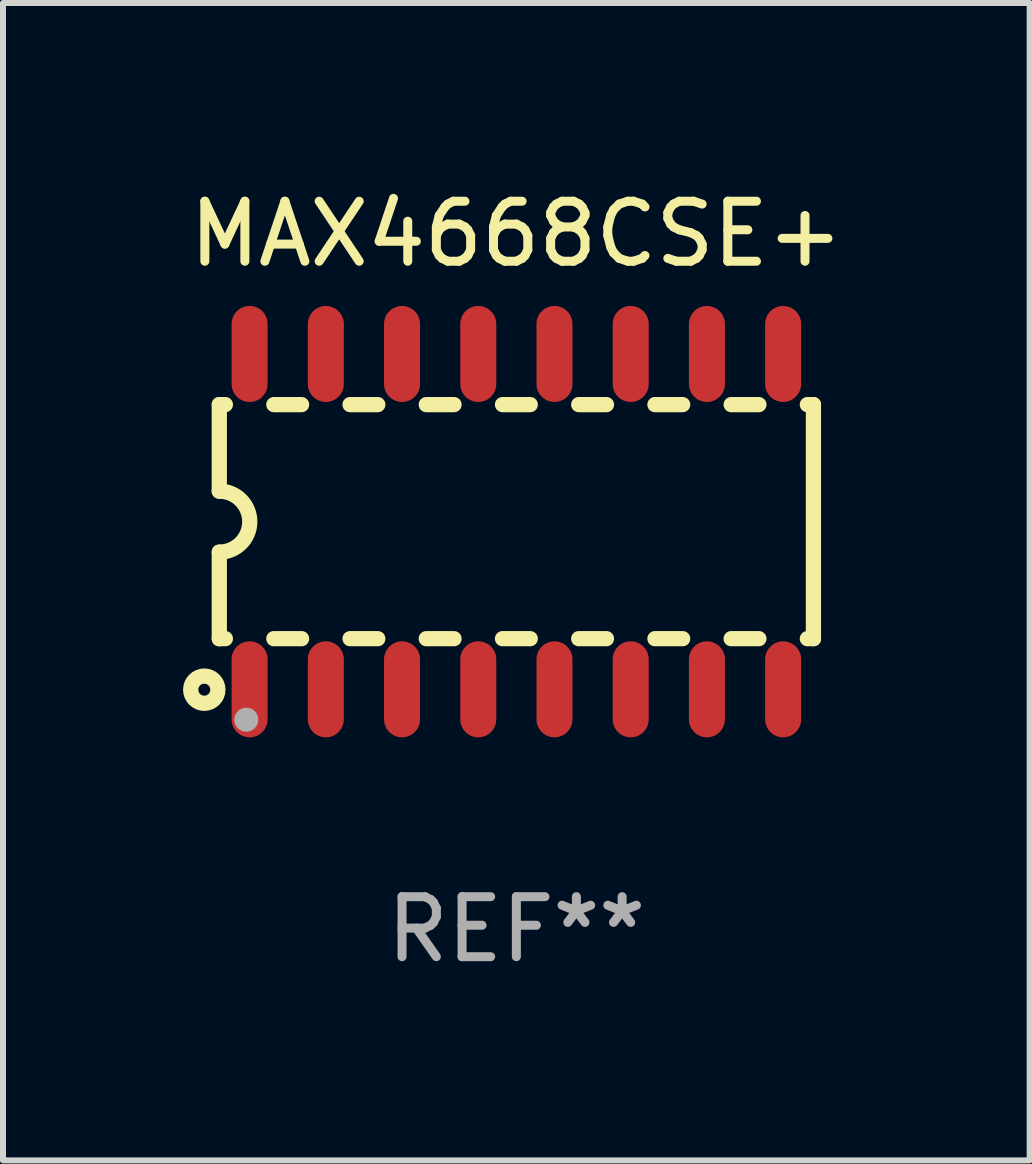
<source format=kicad_pcb>
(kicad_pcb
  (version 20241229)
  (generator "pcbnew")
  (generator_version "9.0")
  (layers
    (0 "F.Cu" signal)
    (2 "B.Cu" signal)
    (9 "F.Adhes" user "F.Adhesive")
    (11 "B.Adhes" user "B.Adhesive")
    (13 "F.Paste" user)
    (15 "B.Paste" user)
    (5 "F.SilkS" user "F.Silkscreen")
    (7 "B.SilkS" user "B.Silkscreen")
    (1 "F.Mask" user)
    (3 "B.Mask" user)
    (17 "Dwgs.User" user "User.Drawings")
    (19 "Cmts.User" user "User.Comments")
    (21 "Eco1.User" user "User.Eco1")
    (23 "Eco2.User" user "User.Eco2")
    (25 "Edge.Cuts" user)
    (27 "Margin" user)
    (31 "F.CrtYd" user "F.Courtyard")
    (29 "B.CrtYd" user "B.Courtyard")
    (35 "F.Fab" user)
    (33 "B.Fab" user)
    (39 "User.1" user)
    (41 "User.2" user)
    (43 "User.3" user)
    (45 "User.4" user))
  (footprint "MAX4668CSE+"
    (layer "F.Cu")
    (at 5.554 5.642)
    (property "Reference" "MAX4668CSE+" (at 0 -4.794 0) (layer "F.SilkS") (effects (font (size 1 1) (thickness 0.15))))
    (attr through_hole)
    (fp_line (start -4.95 -1.95) (end -4.95 -0.508) (stroke (width 0.254) (type solid)) (layer "F.SilkS"))
    (fp_line (start -4.95 -1.95) (end -4.849 -1.95) (stroke (width 0.254) (type solid)) (layer "F.SilkS"))
    (fp_line (start -4.95 1.95) (end -4.95 0.508) (stroke (width 0.254) (type solid)) (layer "F.SilkS"))
    (fp_line (start -4.95 1.95) (end -4.849 1.95) (stroke (width 0.254) (type solid)) (layer "F.SilkS"))
    (fp_line (start -4.041 -1.95) (end -3.579 -1.95) (stroke (width 0.254) (type solid)) (layer "F.SilkS"))
    (fp_line (start -4.041 1.95) (end -3.579 1.95) (stroke (width 0.254) (type solid)) (layer "F.SilkS"))
    (fp_line (start -2.771 -1.95) (end -2.309 -1.95) (stroke (width 0.254) (type solid)) (layer "F.SilkS"))
    (fp_line (start -2.771 1.95) (end -2.309 1.95) (stroke (width 0.254) (type solid)) (layer "F.SilkS"))
    (fp_line (start -1.501 -1.95) (end -1.039 -1.95) (stroke (width 0.254) (type solid)) (layer "F.SilkS"))
    (fp_line (start -1.501 1.95) (end -1.039 1.95) (stroke (width 0.254) (type solid)) (layer "F.SilkS"))
    (fp_line (start -0.231 -1.95) (end 0.231 -1.95) (stroke (width 0.254) (type solid)) (layer "F.SilkS"))
    (fp_line (start -0.231 1.95) (end 0.231 1.95) (stroke (width 0.254) (type solid)) (layer "F.SilkS"))
    (fp_line (start 1.039 -1.95) (end 1.501 -1.95) (stroke (width 0.254) (type solid)) (layer "F.SilkS"))
    (fp_line (start 1.039 1.95) (end 1.501 1.95) (stroke (width 0.254) (type solid)) (layer "F.SilkS"))
    (fp_line (start 2.309 -1.95) (end 2.771 -1.95) (stroke (width 0.254) (type solid)) (layer "F.SilkS"))
    (fp_line (start 2.309 1.95) (end 2.771 1.95) (stroke (width 0.254) (type solid)) (layer "F.SilkS"))
    (fp_line (start 3.579 -1.95) (end 4.041 -1.95) (stroke (width 0.254) (type solid)) (layer "F.SilkS"))
    (fp_line (start 3.579 1.95) (end 4.041 1.95) (stroke (width 0.254) (type solid)) (layer "F.SilkS"))
    (fp_line (start 4.849 -1.95) (end 4.95 -1.95) (stroke (width 0.254) (type solid)) (layer "F.SilkS"))
    (fp_line (start 4.849 1.95) (end 4.95 1.95) (stroke (width 0.254) (type solid)) (layer "F.SilkS"))
    (fp_line (start 4.95 -1.95) (end 4.95 1.95) (stroke (width 0.254) (type solid)) (layer "F.SilkS"))
    (fp_arc (start -4.95047 -0.508001) (mid -4.442469 -0.000228) (end -4.950013 0.508001) (stroke (width 0.254001) (type solid)) (layer "F.SilkS"))
    (fp_circle (center -5.2 2.8) (end -5.1 2.8) (stroke (width 0.254) (type solid)) (fill no) (layer "F.SilkS"))
    (fp_circle (center -4.95 2.947) (end -4.92 2.947) (stroke (width 0.06) (type solid)) (fill no) (layer "F.SilkS"))
    (fp_circle (center -4.5 3.3) (end -4.4 3.3) (stroke (width 0.2) (type solid)) (fill no) (layer "F.Fab"))
    (fp_text user "REF**" (at 0 6.794 0) (layer "F.Fab") (effects (font (size 1 1) (thickness 0.15))))
    (pad "1" smd oval (at -4.445 2.794) (size 0.6 1.6) (layers "F.Cu" "F.Mask" "F.Paste"))
    (pad "2" smd oval (at -3.175 2.794) (size 0.6 1.6) (layers "F.Cu" "F.Mask" "F.Paste"))
    (pad "3" smd oval (at -1.905 2.794) (size 0.6 1.6) (layers "F.Cu" "F.Mask" "F.Paste"))
    (pad "4" smd oval (at -0.635 2.794) (size 0.6 1.6) (layers "F.Cu" "F.Mask" "F.Paste"))
    (pad "5" smd oval (at 0.635 2.794) (size 0.6 1.6) (layers "F.Cu" "F.Mask" "F.Paste"))
    (pad "6" smd oval (at 1.905 2.794) (size 0.6 1.6) (layers "F.Cu" "F.Mask" "F.Paste"))
    (pad "7" smd oval (at 3.175 2.794) (size 0.6 1.6) (layers "F.Cu" "F.Mask" "F.Paste"))
    (pad "8" smd oval (at 4.445 2.794) (size 0.6 1.6) (layers "F.Cu" "F.Mask" "F.Paste"))
    (pad "9" smd oval (at 4.445 -2.794) (size 0.6 1.6) (layers "F.Cu" "F.Mask" "F.Paste"))
    (pad "10" smd oval (at 3.175 -2.794) (size 0.6 1.6) (layers "F.Cu" "F.Mask" "F.Paste"))
    (pad "11" smd oval (at 1.905 -2.794) (size 0.6 1.6) (layers "F.Cu" "F.Mask" "F.Paste"))
    (pad "12" smd oval (at 0.635 -2.794) (size 0.6 1.6) (layers "F.Cu" "F.Mask" "F.Paste"))
    (pad "13" smd oval (at -0.635 -2.794) (size 0.6 1.6) (layers "F.Cu" "F.Mask" "F.Paste"))
    (pad "14" smd oval (at -1.905 -2.794) (size 0.6 1.6) (layers "F.Cu" "F.Mask" "F.Paste"))
    (pad "15" smd oval (at -3.175 -2.794) (size 0.6 1.6) (layers "F.Cu" "F.Mask" "F.Paste"))
    (pad "16" smd oval (at -4.445 -2.794) (size 0.6 1.6) (layers "F.Cu" "F.Mask" "F.Paste")))
  (gr_rect
    (start -3 -3)
    (end 14.107 16.285)
    (stroke (width 0.1) (type default))
    (fill no)
    (layer "Edge.Cuts")))
</source>
